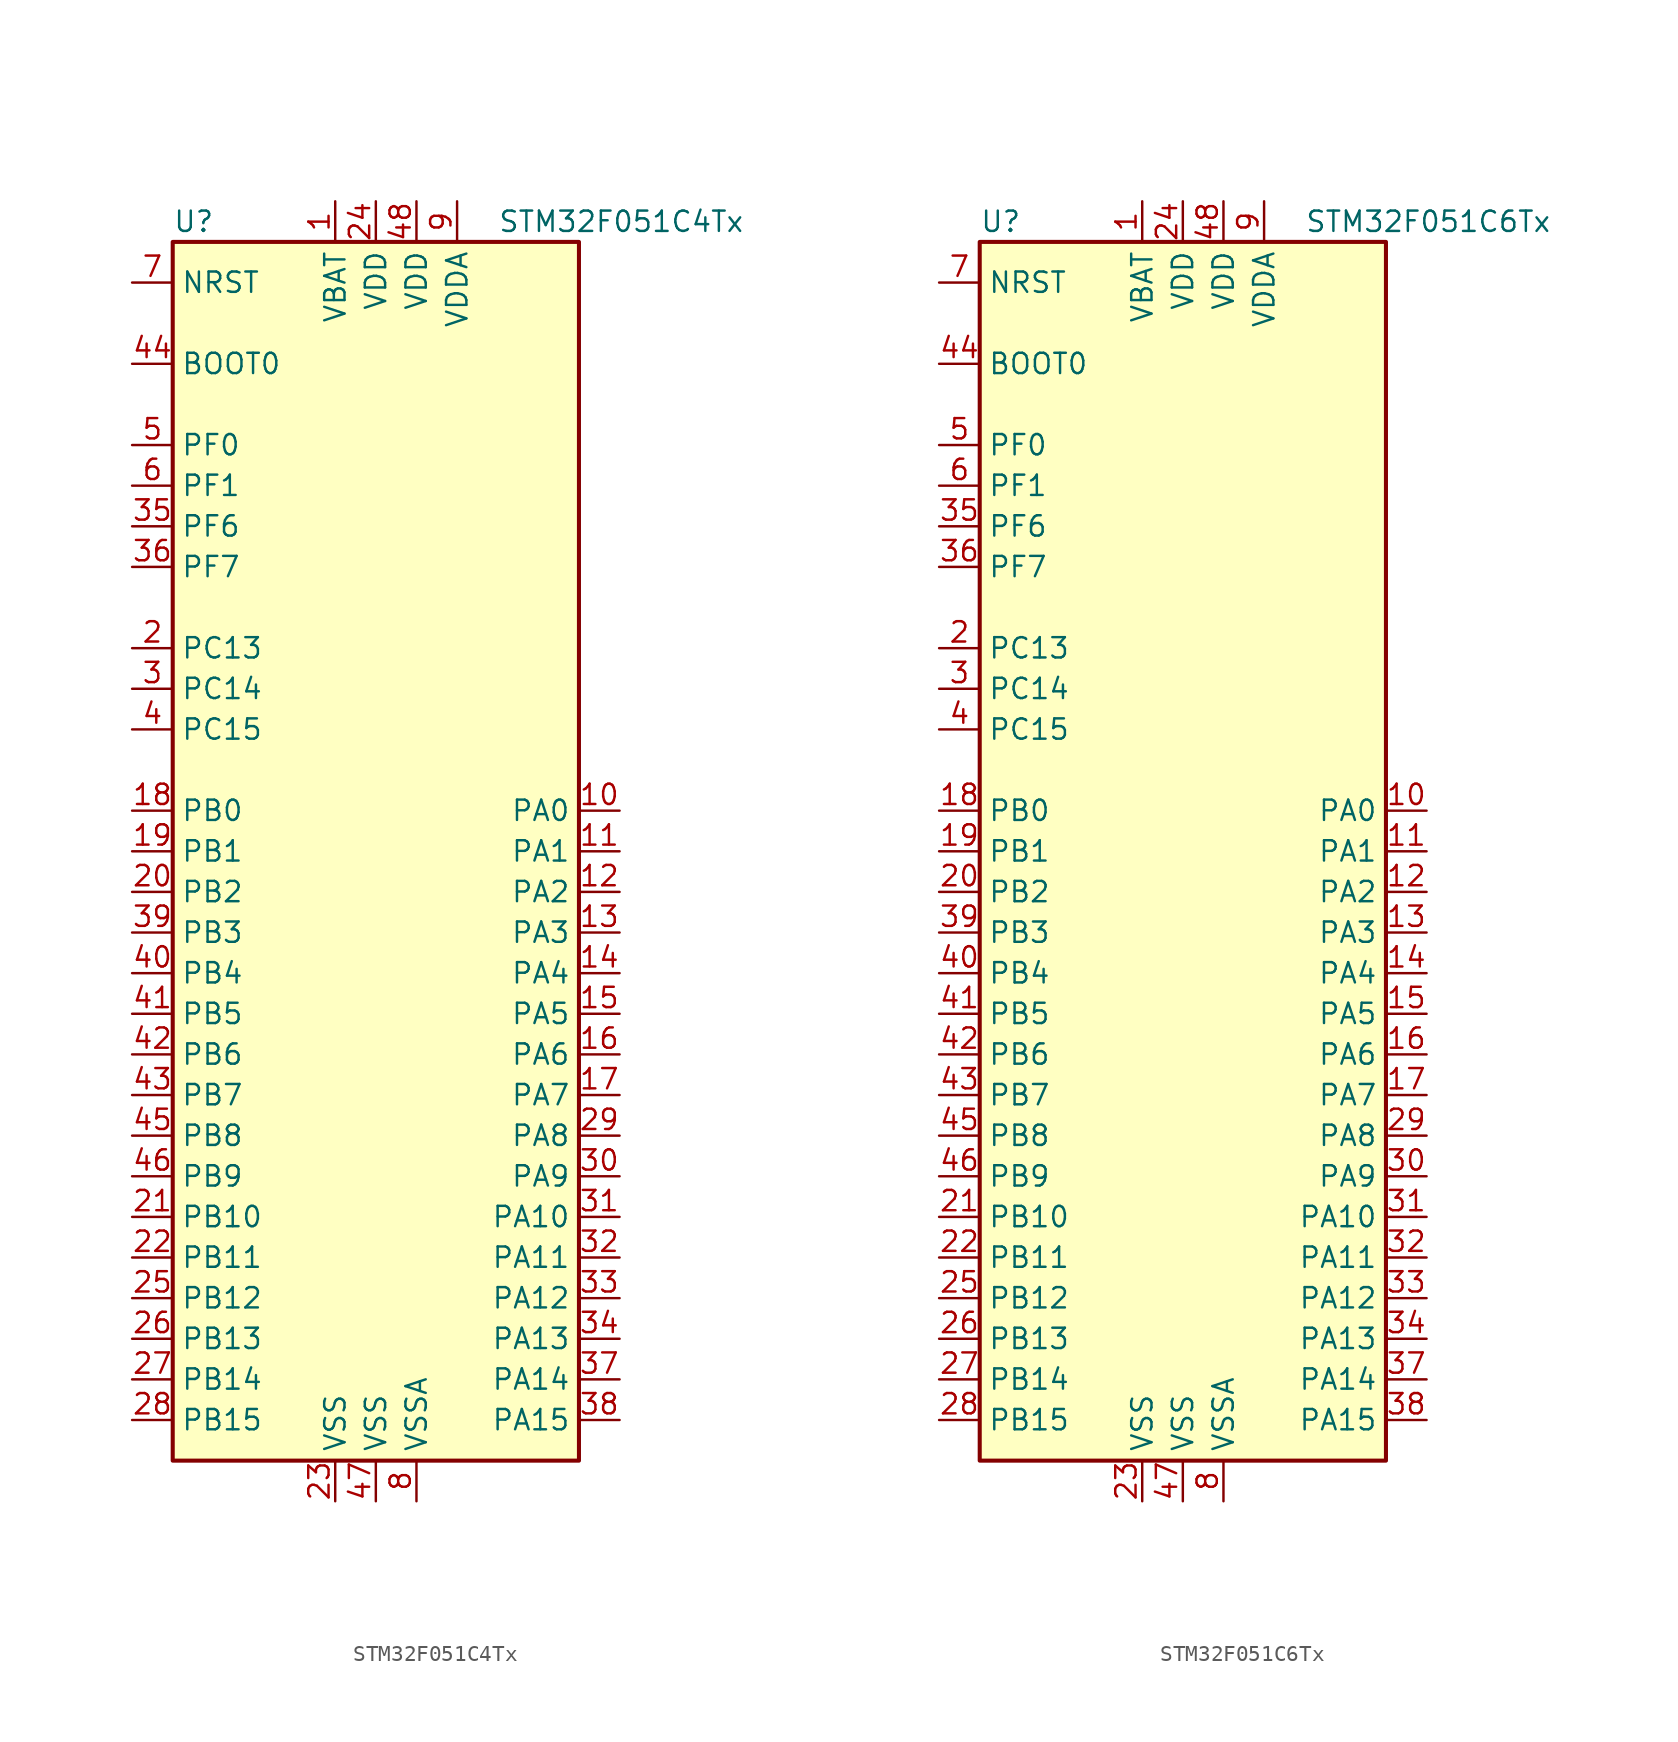
<source format=kicad_sym>
(kicad_symbol_lib
  (version 20211014)
  (generator kicad_symbol_editor)
  (symbol "STM32F051C4Tx"
    (property "Reference" "U"
      (at -12.7 39.37 0)
      (effects (font (size 1.27 1.27)) (justify left)))
    (property "Value" "STM32F051C4Tx"
      (at 7.62 39.37 0)
      (effects (font (size 1.27 1.27)) (justify left)))
    (symbol "STM32F051C4Tx_0_1"
      (rectangle (start -12.7 -38.1) (end 12.7 38.1) (stroke (width 0.254) (type default) (color 0 0 0 0)) (fill (type background))))
    (symbol "STM32F051C4Tx_1_1"
      (pin power_in line (at -2.54 40.64 270) (length 2.54) (name "VBAT" (effects (font (size 1.27 1.27)))) (number "1" (effects (font (size 1.27 1.27)))))
      (pin bidirectional line (at 15.24 2.54 180) (length 2.54) (name "PA0" (effects (font (size 1.27 1.27)))) (number "10" (effects (font (size 1.27 1.27)))))
      (pin bidirectional line (at 15.24 0 180) (length 2.54) (name "PA1" (effects (font (size 1.27 1.27)))) (number "11" (effects (font (size 1.27 1.27)))))
      (pin bidirectional line (at 15.24 -2.54 180) (length 2.54) (name "PA2" (effects (font (size 1.27 1.27)))) (number "12" (effects (font (size 1.27 1.27)))))
      (pin bidirectional line (at 15.24 -5.08 180) (length 2.54) (name "PA3" (effects (font (size 1.27 1.27)))) (number "13" (effects (font (size 1.27 1.27)))))
      (pin bidirectional line (at 15.24 -7.62 180) (length 2.54) (name "PA4" (effects (font (size 1.27 1.27)))) (number "14" (effects (font (size 1.27 1.27)))))
      (pin bidirectional line (at 15.24 -10.16 180) (length 2.54) (name "PA5" (effects (font (size 1.27 1.27)))) (number "15" (effects (font (size 1.27 1.27)))))
      (pin bidirectional line (at 15.24 -12.7 180) (length 2.54) (name "PA6" (effects (font (size 1.27 1.27)))) (number "16" (effects (font (size 1.27 1.27)))))
      (pin bidirectional line (at 15.24 -15.24 180) (length 2.54) (name "PA7" (effects (font (size 1.27 1.27)))) (number "17" (effects (font (size 1.27 1.27)))))
      (pin bidirectional line (at -15.24 2.54 0) (length 2.54) (name "PB0" (effects (font (size 1.27 1.27)))) (number "18" (effects (font (size 1.27 1.27)))))
      (pin bidirectional line (at -15.24 0 0) (length 2.54) (name "PB1" (effects (font (size 1.27 1.27)))) (number "19" (effects (font (size 1.27 1.27)))))
      (pin bidirectional line (at -15.24 12.7 0) (length 2.54) (name "PC13" (effects (font (size 1.27 1.27)))) (number "2" (effects (font (size 1.27 1.27)))))
      (pin bidirectional line (at -15.24 -2.54 0) (length 2.54) (name "PB2" (effects (font (size 1.27 1.27)))) (number "20" (effects (font (size 1.27 1.27)))))
      (pin bidirectional line (at -15.24 -22.86 0) (length 2.54) (name "PB10" (effects (font (size 1.27 1.27)))) (number "21" (effects (font (size 1.27 1.27)))))
      (pin bidirectional line (at -15.24 -25.4 0) (length 2.54) (name "PB11" (effects (font (size 1.27 1.27)))) (number "22" (effects (font (size 1.27 1.27)))))
      (pin power_in line (at -2.54 -40.64 90) (length 2.54) (name "VSS" (effects (font (size 1.27 1.27)))) (number "23" (effects (font (size 1.27 1.27)))))
      (pin power_in line (at 0 40.64 270) (length 2.54) (name "VDD" (effects (font (size 1.27 1.27)))) (number "24" (effects (font (size 1.27 1.27)))))
      (pin bidirectional line (at -15.24 -27.94 0) (length 2.54) (name "PB12" (effects (font (size 1.27 1.27)))) (number "25" (effects (font (size 1.27 1.27)))))
      (pin bidirectional line (at -15.24 -30.48 0) (length 2.54) (name "PB13" (effects (font (size 1.27 1.27)))) (number "26" (effects (font (size 1.27 1.27)))))
      (pin bidirectional line (at -15.24 -33.02 0) (length 2.54) (name "PB14" (effects (font (size 1.27 1.27)))) (number "27" (effects (font (size 1.27 1.27)))))
      (pin bidirectional line (at -15.24 -35.56 0) (length 2.54) (name "PB15" (effects (font (size 1.27 1.27)))) (number "28" (effects (font (size 1.27 1.27)))))
      (pin bidirectional line (at 15.24 -17.78 180) (length 2.54) (name "PA8" (effects (font (size 1.27 1.27)))) (number "29" (effects (font (size 1.27 1.27)))))
      (pin bidirectional line (at -15.24 10.16 0) (length 2.54) (name "PC14" (effects (font (size 1.27 1.27)))) (number "3" (effects (font (size 1.27 1.27)))))
      (pin bidirectional line (at 15.24 -20.32 180) (length 2.54) (name "PA9" (effects (font (size 1.27 1.27)))) (number "30" (effects (font (size 1.27 1.27)))))
      (pin bidirectional line (at 15.24 -22.86 180) (length 2.54) (name "PA10" (effects (font (size 1.27 1.27)))) (number "31" (effects (font (size 1.27 1.27)))))
      (pin bidirectional line (at 15.24 -25.4 180) (length 2.54) (name "PA11" (effects (font (size 1.27 1.27)))) (number "32" (effects (font (size 1.27 1.27)))))
      (pin bidirectional line (at 15.24 -27.94 180) (length 2.54) (name "PA12" (effects (font (size 1.27 1.27)))) (number "33" (effects (font (size 1.27 1.27)))))
      (pin bidirectional line (at 15.24 -30.48 180) (length 2.54) (name "PA13" (effects (font (size 1.27 1.27)))) (number "34" (effects (font (size 1.27 1.27)))))
      (pin bidirectional line (at -15.24 20.32 0) (length 2.54) (name "PF6" (effects (font (size 1.27 1.27)))) (number "35" (effects (font (size 1.27 1.27)))))
      (pin bidirectional line (at -15.24 17.78 0) (length 2.54) (name "PF7" (effects (font (size 1.27 1.27)))) (number "36" (effects (font (size 1.27 1.27)))))
      (pin bidirectional line (at 15.24 -33.02 180) (length 2.54) (name "PA14" (effects (font (size 1.27 1.27)))) (number "37" (effects (font (size 1.27 1.27)))))
      (pin bidirectional line (at 15.24 -35.56 180) (length 2.54) (name "PA15" (effects (font (size 1.27 1.27)))) (number "38" (effects (font (size 1.27 1.27)))))
      (pin bidirectional line (at -15.24 -5.08 0) (length 2.54) (name "PB3" (effects (font (size 1.27 1.27)))) (number "39" (effects (font (size 1.27 1.27)))))
      (pin bidirectional line (at -15.24 7.62 0) (length 2.54) (name "PC15" (effects (font (size 1.27 1.27)))) (number "4" (effects (font (size 1.27 1.27)))))
      (pin bidirectional line (at -15.24 -7.62 0) (length 2.54) (name "PB4" (effects (font (size 1.27 1.27)))) (number "40" (effects (font (size 1.27 1.27)))))
      (pin bidirectional line (at -15.24 -10.16 0) (length 2.54) (name "PB5" (effects (font (size 1.27 1.27)))) (number "41" (effects (font (size 1.27 1.27)))))
      (pin bidirectional line (at -15.24 -12.7 0) (length 2.54) (name "PB6" (effects (font (size 1.27 1.27)))) (number "42" (effects (font (size 1.27 1.27)))))
      (pin bidirectional line (at -15.24 -15.24 0) (length 2.54) (name "PB7" (effects (font (size 1.27 1.27)))) (number "43" (effects (font (size 1.27 1.27)))))
      (pin input line (at -15.24 30.48 0) (length 2.54) (name "BOOT0" (effects (font (size 1.27 1.27)))) (number "44" (effects (font (size 1.27 1.27)))))
      (pin bidirectional line (at -15.24 -17.78 0) (length 2.54) (name "PB8" (effects (font (size 1.27 1.27)))) (number "45" (effects (font (size 1.27 1.27)))))
      (pin bidirectional line (at -15.24 -20.32 0) (length 2.54) (name "PB9" (effects (font (size 1.27 1.27)))) (number "46" (effects (font (size 1.27 1.27)))))
      (pin power_in line (at 0 -40.64 90) (length 2.54) (name "VSS" (effects (font (size 1.27 1.27)))) (number "47" (effects (font (size 1.27 1.27)))))
      (pin power_in line (at 2.54 40.64 270) (length 2.54) (name "VDD" (effects (font (size 1.27 1.27)))) (number "48" (effects (font (size 1.27 1.27)))))
      (pin input line (at -15.24 25.4 0) (length 2.54) (name "PF0" (effects (font (size 1.27 1.27)))) (number "5" (effects (font (size 1.27 1.27)))))
      (pin input line (at -15.24 22.86 0) (length 2.54) (name "PF1" (effects (font (size 1.27 1.27)))) (number "6" (effects (font (size 1.27 1.27)))))
      (pin input line (at -15.24 35.56 0) (length 2.54) (name "NRST" (effects (font (size 1.27 1.27)))) (number "7" (effects (font (size 1.27 1.27)))))
      (pin power_in line (at 2.54 -40.64 90) (length 2.54) (name "VSSA" (effects (font (size 1.27 1.27)))) (number "8" (effects (font (size 1.27 1.27)))))
      (pin power_in line (at 5.08 40.64 270) (length 2.54) (name "VDDA" (effects (font (size 1.27 1.27)))) (number "9" (effects (font (size 1.27 1.27)))))))
  (symbol "STM32F051C6Tx"
    (property "Reference" "U"
      (at -12.7 39.37 0)
      (effects (font (size 1.27 1.27)) (justify left)))
    (property "Value" "STM32F051C6Tx"
      (at 7.62 39.37 0)
      (effects (font (size 1.27 1.27)) (justify left)))
    (symbol "STM32F051C6Tx_0_1"
      (rectangle (start -12.7 -38.1) (end 12.7 38.1) (stroke (width 0.254) (type default) (color 0 0 0 0)) (fill (type background))))
    (symbol "STM32F051C6Tx_1_1"
      (pin power_in line (at -2.54 40.64 270) (length 2.54) (name "VBAT" (effects (font (size 1.27 1.27)))) (number "1" (effects (font (size 1.27 1.27)))))
      (pin bidirectional line (at 15.24 2.54 180) (length 2.54) (name "PA0" (effects (font (size 1.27 1.27)))) (number "10" (effects (font (size 1.27 1.27)))))
      (pin bidirectional line (at 15.24 0 180) (length 2.54) (name "PA1" (effects (font (size 1.27 1.27)))) (number "11" (effects (font (size 1.27 1.27)))))
      (pin bidirectional line (at 15.24 -2.54 180) (length 2.54) (name "PA2" (effects (font (size 1.27 1.27)))) (number "12" (effects (font (size 1.27 1.27)))))
      (pin bidirectional line (at 15.24 -5.08 180) (length 2.54) (name "PA3" (effects (font (size 1.27 1.27)))) (number "13" (effects (font (size 1.27 1.27)))))
      (pin bidirectional line (at 15.24 -7.62 180) (length 2.54) (name "PA4" (effects (font (size 1.27 1.27)))) (number "14" (effects (font (size 1.27 1.27)))))
      (pin bidirectional line (at 15.24 -10.16 180) (length 2.54) (name "PA5" (effects (font (size 1.27 1.27)))) (number "15" (effects (font (size 1.27 1.27)))))
      (pin bidirectional line (at 15.24 -12.7 180) (length 2.54) (name "PA6" (effects (font (size 1.27 1.27)))) (number "16" (effects (font (size 1.27 1.27)))))
      (pin bidirectional line (at 15.24 -15.24 180) (length 2.54) (name "PA7" (effects (font (size 1.27 1.27)))) (number "17" (effects (font (size 1.27 1.27)))))
      (pin bidirectional line (at -15.24 2.54 0) (length 2.54) (name "PB0" (effects (font (size 1.27 1.27)))) (number "18" (effects (font (size 1.27 1.27)))))
      (pin bidirectional line (at -15.24 0 0) (length 2.54) (name "PB1" (effects (font (size 1.27 1.27)))) (number "19" (effects (font (size 1.27 1.27)))))
      (pin bidirectional line (at -15.24 12.7 0) (length 2.54) (name "PC13" (effects (font (size 1.27 1.27)))) (number "2" (effects (font (size 1.27 1.27)))))
      (pin bidirectional line (at -15.24 -2.54 0) (length 2.54) (name "PB2" (effects (font (size 1.27 1.27)))) (number "20" (effects (font (size 1.27 1.27)))))
      (pin bidirectional line (at -15.24 -22.86 0) (length 2.54) (name "PB10" (effects (font (size 1.27 1.27)))) (number "21" (effects (font (size 1.27 1.27)))))
      (pin bidirectional line (at -15.24 -25.4 0) (length 2.54) (name "PB11" (effects (font (size 1.27 1.27)))) (number "22" (effects (font (size 1.27 1.27)))))
      (pin power_in line (at -2.54 -40.64 90) (length 2.54) (name "VSS" (effects (font (size 1.27 1.27)))) (number "23" (effects (font (size 1.27 1.27)))))
      (pin power_in line (at 0 40.64 270) (length 2.54) (name "VDD" (effects (font (size 1.27 1.27)))) (number "24" (effects (font (size 1.27 1.27)))))
      (pin bidirectional line (at -15.24 -27.94 0) (length 2.54) (name "PB12" (effects (font (size 1.27 1.27)))) (number "25" (effects (font (size 1.27 1.27)))))
      (pin bidirectional line (at -15.24 -30.48 0) (length 2.54) (name "PB13" (effects (font (size 1.27 1.27)))) (number "26" (effects (font (size 1.27 1.27)))))
      (pin bidirectional line (at -15.24 -33.02 0) (length 2.54) (name "PB14" (effects (font (size 1.27 1.27)))) (number "27" (effects (font (size 1.27 1.27)))))
      (pin bidirectional line (at -15.24 -35.56 0) (length 2.54) (name "PB15" (effects (font (size 1.27 1.27)))) (number "28" (effects (font (size 1.27 1.27)))))
      (pin bidirectional line (at 15.24 -17.78 180) (length 2.54) (name "PA8" (effects (font (size 1.27 1.27)))) (number "29" (effects (font (size 1.27 1.27)))))
      (pin bidirectional line (at -15.24 10.16 0) (length 2.54) (name "PC14" (effects (font (size 1.27 1.27)))) (number "3" (effects (font (size 1.27 1.27)))))
      (pin bidirectional line (at 15.24 -20.32 180) (length 2.54) (name "PA9" (effects (font (size 1.27 1.27)))) (number "30" (effects (font (size 1.27 1.27)))))
      (pin bidirectional line (at 15.24 -22.86 180) (length 2.54) (name "PA10" (effects (font (size 1.27 1.27)))) (number "31" (effects (font (size 1.27 1.27)))))
      (pin bidirectional line (at 15.24 -25.4 180) (length 2.54) (name "PA11" (effects (font (size 1.27 1.27)))) (number "32" (effects (font (size 1.27 1.27)))))
      (pin bidirectional line (at 15.24 -27.94 180) (length 2.54) (name "PA12" (effects (font (size 1.27 1.27)))) (number "33" (effects (font (size 1.27 1.27)))))
      (pin bidirectional line (at 15.24 -30.48 180) (length 2.54) (name "PA13" (effects (font (size 1.27 1.27)))) (number "34" (effects (font (size 1.27 1.27)))))
      (pin bidirectional line (at -15.24 20.32 0) (length 2.54) (name "PF6" (effects (font (size 1.27 1.27)))) (number "35" (effects (font (size 1.27 1.27)))))
      (pin bidirectional line (at -15.24 17.78 0) (length 2.54) (name "PF7" (effects (font (size 1.27 1.27)))) (number "36" (effects (font (size 1.27 1.27)))))
      (pin bidirectional line (at 15.24 -33.02 180) (length 2.54) (name "PA14" (effects (font (size 1.27 1.27)))) (number "37" (effects (font (size 1.27 1.27)))))
      (pin bidirectional line (at 15.24 -35.56 180) (length 2.54) (name "PA15" (effects (font (size 1.27 1.27)))) (number "38" (effects (font (size 1.27 1.27)))))
      (pin bidirectional line (at -15.24 -5.08 0) (length 2.54) (name "PB3" (effects (font (size 1.27 1.27)))) (number "39" (effects (font (size 1.27 1.27)))))
      (pin bidirectional line (at -15.24 7.62 0) (length 2.54) (name "PC15" (effects (font (size 1.27 1.27)))) (number "4" (effects (font (size 1.27 1.27)))))
      (pin bidirectional line (at -15.24 -7.62 0) (length 2.54) (name "PB4" (effects (font (size 1.27 1.27)))) (number "40" (effects (font (size 1.27 1.27)))))
      (pin bidirectional line (at -15.24 -10.16 0) (length 2.54) (name "PB5" (effects (font (size 1.27 1.27)))) (number "41" (effects (font (size 1.27 1.27)))))
      (pin bidirectional line (at -15.24 -12.7 0) (length 2.54) (name "PB6" (effects (font (size 1.27 1.27)))) (number "42" (effects (font (size 1.27 1.27)))))
      (pin bidirectional line (at -15.24 -15.24 0) (length 2.54) (name "PB7" (effects (font (size 1.27 1.27)))) (number "43" (effects (font (size 1.27 1.27)))))
      (pin input line (at -15.24 30.48 0) (length 2.54) (name "BOOT0" (effects (font (size 1.27 1.27)))) (number "44" (effects (font (size 1.27 1.27)))))
      (pin bidirectional line (at -15.24 -17.78 0) (length 2.54) (name "PB8" (effects (font (size 1.27 1.27)))) (number "45" (effects (font (size 1.27 1.27)))))
      (pin bidirectional line (at -15.24 -20.32 0) (length 2.54) (name "PB9" (effects (font (size 1.27 1.27)))) (number "46" (effects (font (size 1.27 1.27)))))
      (pin power_in line (at 0 -40.64 90) (length 2.54) (name "VSS" (effects (font (size 1.27 1.27)))) (number "47" (effects (font (size 1.27 1.27)))))
      (pin power_in line (at 2.54 40.64 270) (length 2.54) (name "VDD" (effects (font (size 1.27 1.27)))) (number "48" (effects (font (size 1.27 1.27)))))
      (pin input line (at -15.24 25.4 0) (length 2.54) (name "PF0" (effects (font (size 1.27 1.27)))) (number "5" (effects (font (size 1.27 1.27)))))
      (pin input line (at -15.24 22.86 0) (length 2.54) (name "PF1" (effects (font (size 1.27 1.27)))) (number "6" (effects (font (size 1.27 1.27)))))
      (pin input line (at -15.24 35.56 0) (length 2.54) (name "NRST" (effects (font (size 1.27 1.27)))) (number "7" (effects (font (size 1.27 1.27)))))
      (pin power_in line (at 2.54 -40.64 90) (length 2.54) (name "VSSA" (effects (font (size 1.27 1.27)))) (number "8" (effects (font (size 1.27 1.27)))))
      (pin power_in line (at 5.08 40.64 270) (length 2.54) (name "VDDA" (effects (font (size 1.27 1.27)))) (number "9" (effects (font (size 1.27 1.27))))))))
</source>
